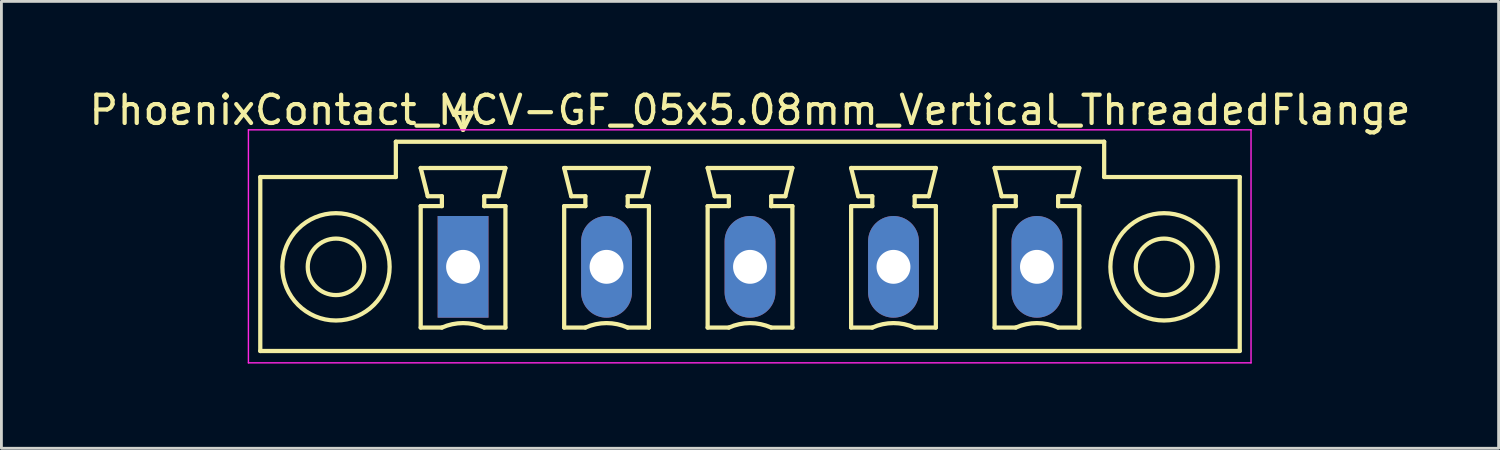
<source format=kicad_pcb>
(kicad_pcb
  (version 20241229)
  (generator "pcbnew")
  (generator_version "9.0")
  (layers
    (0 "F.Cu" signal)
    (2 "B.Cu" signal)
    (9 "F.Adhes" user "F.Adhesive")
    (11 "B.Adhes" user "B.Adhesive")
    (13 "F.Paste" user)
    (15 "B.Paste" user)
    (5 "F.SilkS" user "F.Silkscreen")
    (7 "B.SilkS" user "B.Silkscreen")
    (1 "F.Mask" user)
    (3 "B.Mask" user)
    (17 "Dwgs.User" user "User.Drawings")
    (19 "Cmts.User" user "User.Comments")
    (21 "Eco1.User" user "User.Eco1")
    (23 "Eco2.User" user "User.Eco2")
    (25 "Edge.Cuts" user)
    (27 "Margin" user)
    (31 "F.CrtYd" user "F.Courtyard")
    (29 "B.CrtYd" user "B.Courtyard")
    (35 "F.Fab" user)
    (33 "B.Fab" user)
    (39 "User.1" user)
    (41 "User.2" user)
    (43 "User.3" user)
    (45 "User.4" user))
  (footprint "PhoenixContact_MCV-GF_05x5.08mm_Vertical_ThreadedFlange"
    (layer "F.Cu")
    (at 13.346 6.398)
    (property "Reference" "PhoenixContact_MCV-GF_05x5.08mm_Vertical_ThreadedFlange" (at 10.16 -5.55 0) (layer "F.SilkS") (effects (font (size 1 1) (thickness 0.15))))
    (attr through_hole)
    (fp_line (start -7.18 -3.18) (end -7.18 2.98) (stroke (width 0.15) (type solid)) (layer "F.SilkS"))
    (fp_line (start -7.18 2.98) (end 27.5 2.98) (stroke (width 0.15) (type solid)) (layer "F.SilkS"))
    (fp_line (start -2.38 -4.43) (end -2.38 -3.18) (stroke (width 0.15) (type solid)) (layer "F.SilkS"))
    (fp_line (start -2.38 -3.18) (end -7.18 -3.18) (stroke (width 0.15) (type solid)) (layer "F.SilkS"))
    (fp_line (start -1.5 -3.5) (end 1.5 -3.5) (stroke (width 0.15) (type solid)) (layer "F.SilkS"))
    (fp_line (start -1.5 -2.15) (end -0.75 -2.15) (stroke (width 0.15) (type solid)) (layer "F.SilkS"))
    (fp_line (start -1.5 2.15) (end -1.5 -2.15) (stroke (width 0.15) (type solid)) (layer "F.SilkS"))
    (fp_line (start -1.25 -2.5) (end -1.5 -3.5) (stroke (width 0.15) (type solid)) (layer "F.SilkS"))
    (fp_line (start -0.75 -2.5) (end -1.25 -2.5) (stroke (width 0.15) (type solid)) (layer "F.SilkS"))
    (fp_line (start -0.75 -2.15) (end -0.75 -2.5) (stroke (width 0.15) (type solid)) (layer "F.SilkS"))
    (fp_line (start -0.75 2.15) (end -1.5 2.15) (stroke (width 0.15) (type solid)) (layer "F.SilkS"))
    (fp_line (start -0.3 -5.45) (end 0 -4.85) (stroke (width 0.15) (type solid)) (layer "F.SilkS"))
    (fp_line (start 0 -4.85) (end 0.3 -5.45) (stroke (width 0.15) (type solid)) (layer "F.SilkS"))
    (fp_line (start 0.3 -5.45) (end -0.3 -5.45) (stroke (width 0.15) (type solid)) (layer "F.SilkS"))
    (fp_line (start 0.75 -2.5) (end 0.75 -2.15) (stroke (width 0.15) (type solid)) (layer "F.SilkS"))
    (fp_line (start 0.75 -2.15) (end 0.75 -2.15) (stroke (width 0.15) (type solid)) (layer "F.SilkS"))
    (fp_line (start 0.75 -2.15) (end 1.5 -2.15) (stroke (width 0.15) (type solid)) (layer "F.SilkS"))
    (fp_line (start 1.25 -2.5) (end 0.75 -2.5) (stroke (width 0.15) (type solid)) (layer "F.SilkS"))
    (fp_line (start 1.5 -3.5) (end 1.25 -2.5) (stroke (width 0.15) (type solid)) (layer "F.SilkS"))
    (fp_line (start 1.5 -2.15) (end 1.5 2.15) (stroke (width 0.15) (type solid)) (layer "F.SilkS"))
    (fp_line (start 1.5 2.15) (end 0.75 2.15) (stroke (width 0.15) (type solid)) (layer "F.SilkS"))
    (fp_line (start 3.58 -3.5) (end 6.58 -3.5) (stroke (width 0.15) (type solid)) (layer "F.SilkS"))
    (fp_line (start 3.58 -2.15) (end 4.33 -2.15) (stroke (width 0.15) (type solid)) (layer "F.SilkS"))
    (fp_line (start 3.58 2.15) (end 3.58 -2.15) (stroke (width 0.15) (type solid)) (layer "F.SilkS"))
    (fp_line (start 3.83 -2.5) (end 3.58 -3.5) (stroke (width 0.15) (type solid)) (layer "F.SilkS"))
    (fp_line (start 4.33 -2.5) (end 3.83 -2.5) (stroke (width 0.15) (type solid)) (layer "F.SilkS"))
    (fp_line (start 4.33 -2.15) (end 4.33 -2.5) (stroke (width 0.15) (type solid)) (layer "F.SilkS"))
    (fp_line (start 4.33 2.15) (end 3.58 2.15) (stroke (width 0.15) (type solid)) (layer "F.SilkS"))
    (fp_line (start 5.83 -2.5) (end 5.83 -2.15) (stroke (width 0.15) (type solid)) (layer "F.SilkS"))
    (fp_line (start 5.83 -2.15) (end 5.83 -2.15) (stroke (width 0.15) (type solid)) (layer "F.SilkS"))
    (fp_line (start 5.83 -2.15) (end 6.58 -2.15) (stroke (width 0.15) (type solid)) (layer "F.SilkS"))
    (fp_line (start 6.33 -2.5) (end 5.83 -2.5) (stroke (width 0.15) (type solid)) (layer "F.SilkS"))
    (fp_line (start 6.58 -3.5) (end 6.33 -2.5) (stroke (width 0.15) (type solid)) (layer "F.SilkS"))
    (fp_line (start 6.58 -2.15) (end 6.58 2.15) (stroke (width 0.15) (type solid)) (layer "F.SilkS"))
    (fp_line (start 6.58 2.15) (end 5.83 2.15) (stroke (width 0.15) (type solid)) (layer "F.SilkS"))
    (fp_line (start 8.66 -3.5) (end 11.66 -3.5) (stroke (width 0.15) (type solid)) (layer "F.SilkS"))
    (fp_line (start 8.66 -2.15) (end 9.41 -2.15) (stroke (width 0.15) (type solid)) (layer "F.SilkS"))
    (fp_line (start 8.66 2.15) (end 8.66 -2.15) (stroke (width 0.15) (type solid)) (layer "F.SilkS"))
    (fp_line (start 8.91 -2.5) (end 8.66 -3.5) (stroke (width 0.15) (type solid)) (layer "F.SilkS"))
    (fp_line (start 9.41 -2.5) (end 8.91 -2.5) (stroke (width 0.15) (type solid)) (layer "F.SilkS"))
    (fp_line (start 9.41 -2.15) (end 9.41 -2.5) (stroke (width 0.15) (type solid)) (layer "F.SilkS"))
    (fp_line (start 9.41 2.15) (end 8.66 2.15) (stroke (width 0.15) (type solid)) (layer "F.SilkS"))
    (fp_line (start 10.91 -2.5) (end 10.91 -2.15) (stroke (width 0.15) (type solid)) (layer "F.SilkS"))
    (fp_line (start 10.91 -2.15) (end 10.91 -2.15) (stroke (width 0.15) (type solid)) (layer "F.SilkS"))
    (fp_line (start 10.91 -2.15) (end 11.66 -2.15) (stroke (width 0.15) (type solid)) (layer "F.SilkS"))
    (fp_line (start 11.41 -2.5) (end 10.91 -2.5) (stroke (width 0.15) (type solid)) (layer "F.SilkS"))
    (fp_line (start 11.66 -3.5) (end 11.41 -2.5) (stroke (width 0.15) (type solid)) (layer "F.SilkS"))
    (fp_line (start 11.66 -2.15) (end 11.66 2.15) (stroke (width 0.15) (type solid)) (layer "F.SilkS"))
    (fp_line (start 11.66 2.15) (end 10.91 2.15) (stroke (width 0.15) (type solid)) (layer "F.SilkS"))
    (fp_line (start 13.74 -3.5) (end 16.74 -3.5) (stroke (width 0.15) (type solid)) (layer "F.SilkS"))
    (fp_line (start 13.74 -2.15) (end 14.49 -2.15) (stroke (width 0.15) (type solid)) (layer "F.SilkS"))
    (fp_line (start 13.74 2.15) (end 13.74 -2.15) (stroke (width 0.15) (type solid)) (layer "F.SilkS"))
    (fp_line (start 13.99 -2.5) (end 13.74 -3.5) (stroke (width 0.15) (type solid)) (layer "F.SilkS"))
    (fp_line (start 14.49 -2.5) (end 13.99 -2.5) (stroke (width 0.15) (type solid)) (layer "F.SilkS"))
    (fp_line (start 14.49 -2.15) (end 14.49 -2.5) (stroke (width 0.15) (type solid)) (layer "F.SilkS"))
    (fp_line (start 14.49 2.15) (end 13.74 2.15) (stroke (width 0.15) (type solid)) (layer "F.SilkS"))
    (fp_line (start 15.99 -2.5) (end 15.99 -2.15) (stroke (width 0.15) (type solid)) (layer "F.SilkS"))
    (fp_line (start 15.99 -2.15) (end 15.99 -2.15) (stroke (width 0.15) (type solid)) (layer "F.SilkS"))
    (fp_line (start 15.99 -2.15) (end 16.74 -2.15) (stroke (width 0.15) (type solid)) (layer "F.SilkS"))
    (fp_line (start 16.49 -2.5) (end 15.99 -2.5) (stroke (width 0.15) (type solid)) (layer "F.SilkS"))
    (fp_line (start 16.74 -3.5) (end 16.49 -2.5) (stroke (width 0.15) (type solid)) (layer "F.SilkS"))
    (fp_line (start 16.74 -2.15) (end 16.74 2.15) (stroke (width 0.15) (type solid)) (layer "F.SilkS"))
    (fp_line (start 16.74 2.15) (end 15.99 2.15) (stroke (width 0.15) (type solid)) (layer "F.SilkS"))
    (fp_line (start 18.82 -3.5) (end 21.82 -3.5) (stroke (width 0.15) (type solid)) (layer "F.SilkS"))
    (fp_line (start 18.82 -2.15) (end 19.57 -2.15) (stroke (width 0.15) (type solid)) (layer "F.SilkS"))
    (fp_line (start 18.82 2.15) (end 18.82 -2.15) (stroke (width 0.15) (type solid)) (layer "F.SilkS"))
    (fp_line (start 19.07 -2.5) (end 18.82 -3.5) (stroke (width 0.15) (type solid)) (layer "F.SilkS"))
    (fp_line (start 19.57 -2.5) (end 19.07 -2.5) (stroke (width 0.15) (type solid)) (layer "F.SilkS"))
    (fp_line (start 19.57 -2.15) (end 19.57 -2.5) (stroke (width 0.15) (type solid)) (layer "F.SilkS"))
    (fp_line (start 19.57 2.15) (end 18.82 2.15) (stroke (width 0.15) (type solid)) (layer "F.SilkS"))
    (fp_line (start 21.07 -2.5) (end 21.07 -2.15) (stroke (width 0.15) (type solid)) (layer "F.SilkS"))
    (fp_line (start 21.07 -2.15) (end 21.07 -2.15) (stroke (width 0.15) (type solid)) (layer "F.SilkS"))
    (fp_line (start 21.07 -2.15) (end 21.82 -2.15) (stroke (width 0.15) (type solid)) (layer "F.SilkS"))
    (fp_line (start 21.57 -2.5) (end 21.07 -2.5) (stroke (width 0.15) (type solid)) (layer "F.SilkS"))
    (fp_line (start 21.82 -3.5) (end 21.57 -2.5) (stroke (width 0.15) (type solid)) (layer "F.SilkS"))
    (fp_line (start 21.82 -2.15) (end 21.82 2.15) (stroke (width 0.15) (type solid)) (layer "F.SilkS"))
    (fp_line (start 21.82 2.15) (end 21.07 2.15) (stroke (width 0.15) (type solid)) (layer "F.SilkS"))
    (fp_line (start 22.7 -4.43) (end -2.38 -4.43) (stroke (width 0.15) (type solid)) (layer "F.SilkS"))
    (fp_line (start 22.7 -3.18) (end 22.7 -4.43) (stroke (width 0.15) (type solid)) (layer "F.SilkS"))
    (fp_line (start 27.5 -3.18) (end 22.7 -3.18) (stroke (width 0.15) (type solid)) (layer "F.SilkS"))
    (fp_line (start 27.5 2.98) (end 27.5 -3.18) (stroke (width 0.15) (type solid)) (layer "F.SilkS"))
    (fp_arc (start -0.75 2.15) (mid -0.000193 1.99191) (end 0.749647 2.149844) (stroke (width 0.15) (type solid)) (layer "F.SilkS"))
    (fp_arc (start 4.33 2.15) (mid 5.079807 1.99191) (end 5.829647 2.149844) (stroke (width 0.15) (type solid)) (layer "F.SilkS"))
    (fp_arc (start 9.41 2.15) (mid 10.159807 1.99191) (end 10.909647 2.149844) (stroke (width 0.15) (type solid)) (layer "F.SilkS"))
    (fp_arc (start 14.49 2.15) (mid 15.239807 1.99191) (end 15.989647 2.149844) (stroke (width 0.15) (type solid)) (layer "F.SilkS"))
    (fp_arc (start 19.57 2.15) (mid 20.319807 1.99191) (end 21.069647 2.149844) (stroke (width 0.15) (type solid)) (layer "F.SilkS"))
    (fp_circle (center -4.5 0) (end -3.5 0) (stroke (width 0.15) (type solid)) (fill no) (layer "F.SilkS"))
    (fp_circle (center -4.5 0) (end -2.6 0) (stroke (width 0.15) (type solid)) (fill no) (layer "F.SilkS"))
    (fp_circle (center 24.82 0) (end 25.82 0) (stroke (width 0.15) (type solid)) (fill no) (layer "F.SilkS"))
    (fp_circle (center 24.82 0) (end 26.72 0) (stroke (width 0.15) (type solid)) (fill no) (layer "F.SilkS"))
    (fp_line (start -7.6 -4.85) (end -7.6 3.4) (stroke (width 0.05) (type solid)) (layer "F.CrtYd"))
    (fp_line (start -7.6 3.4) (end 27.9 3.4) (stroke (width 0.05) (type solid)) (layer "F.CrtYd"))
    (fp_line (start 27.9 -4.85) (end -7.6 -4.85) (stroke (width 0.05) (type solid)) (layer "F.CrtYd"))
    (fp_line (start 27.9 3.4) (end 27.9 -4.85) (stroke (width 0.05) (type solid)) (layer "F.CrtYd"))
    (pad "1" thru_hole rect (at 0 0) (size 1.8 3.6) (drill 1.2) (layers "*.Cu" "*.Mask"))
    (pad "2" thru_hole oval (at 5.08 0) (size 1.8 3.6) (drill 1.2) (layers "*.Cu" "*.Mask"))
    (pad "3" thru_hole oval (at 10.16 0) (size 1.8 3.6) (drill 1.2) (layers "*.Cu" "*.Mask"))
    (pad "4" thru_hole oval (at 15.24 0) (size 1.8 3.6) (drill 1.2) (layers "*.Cu" "*.Mask"))
    (pad "5" thru_hole oval (at 20.32 0) (size 1.8 3.6) (drill 1.2) (layers "*.Cu" "*.Mask")))
  (gr_rect
    (start -3 -3)
    (end 50.012 12.823)
    (stroke (width 0.1) (type default))
    (fill no)
    (layer "Edge.Cuts")))
</source>
